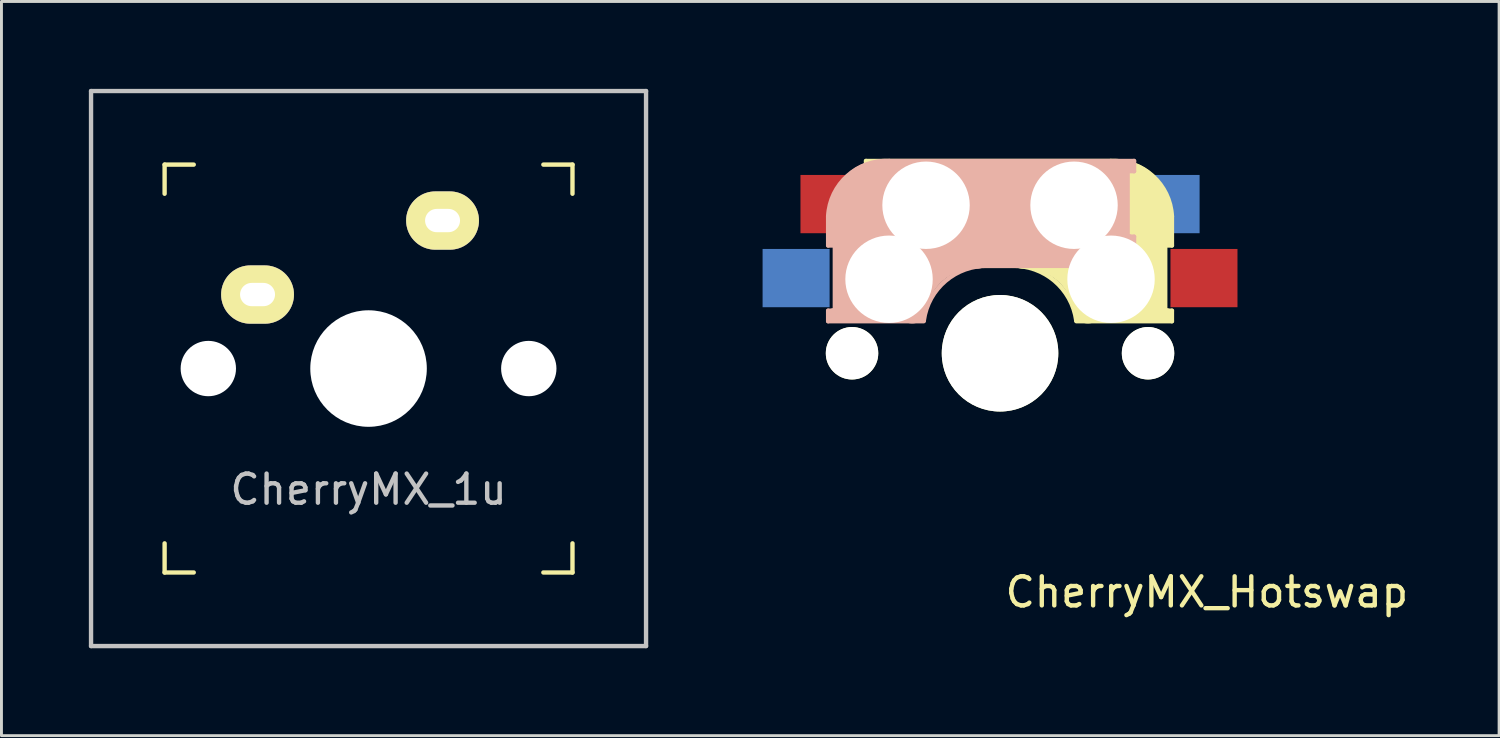
<source format=kicad_pcb>
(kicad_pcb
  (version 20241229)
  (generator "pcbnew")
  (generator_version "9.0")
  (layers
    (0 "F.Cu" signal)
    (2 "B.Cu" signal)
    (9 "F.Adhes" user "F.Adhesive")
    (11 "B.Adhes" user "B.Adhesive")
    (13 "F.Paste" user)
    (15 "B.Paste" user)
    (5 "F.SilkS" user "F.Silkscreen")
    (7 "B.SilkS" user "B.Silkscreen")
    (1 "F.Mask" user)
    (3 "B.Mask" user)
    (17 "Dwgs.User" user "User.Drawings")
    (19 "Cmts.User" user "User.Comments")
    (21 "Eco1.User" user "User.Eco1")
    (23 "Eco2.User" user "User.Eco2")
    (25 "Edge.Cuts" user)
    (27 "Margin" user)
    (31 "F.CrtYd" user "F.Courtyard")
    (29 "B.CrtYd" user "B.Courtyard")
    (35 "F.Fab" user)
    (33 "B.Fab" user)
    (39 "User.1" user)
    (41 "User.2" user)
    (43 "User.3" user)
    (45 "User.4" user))
  (footprint "CherryMX_1u"
    (layer "F.Cu")
    (at 9.6 9.6)
    (property "Reference" "CherryMX_1u" (at 0 4.15 0) (layer "Dwgs.User") (effects (font (size 1 1) (thickness 0.15))))
    (attr through_hole)
    (fp_line (start -7 -7) (end -6 -7) (stroke (width 0.15) (type solid)) (layer "F.SilkS"))
    (fp_line (start -7 -6) (end -7 -7) (stroke (width 0.15) (type solid)) (layer "F.SilkS"))
    (fp_line (start -7 6) (end -7 7) (stroke (width 0.15) (type solid)) (layer "F.SilkS"))
    (fp_line (start -6 7) (end -7 7) (stroke (width 0.15) (type solid)) (layer "F.SilkS"))
    (fp_line (start 6 7) (end 7 7) (stroke (width 0.15) (type solid)) (layer "F.SilkS"))
    (fp_line (start 7 -7) (end 6 -7) (stroke (width 0.15) (type solid)) (layer "F.SilkS"))
    (fp_line (start 7 -6) (end 7 -7) (stroke (width 0.15) (type solid)) (layer "F.SilkS"))
    (fp_line (start 7 7) (end 7 6) (stroke (width 0.15) (type solid)) (layer "F.SilkS"))
    (fp_line (start -9.525 -9.525) (end 9.525 -9.525) (stroke (width 0.15) (type solid)) (layer "Dwgs.User"))
    (fp_line (start -9.525 9.525) (end -9.525 -9.525) (stroke (width 0.15) (type solid)) (layer "Dwgs.User"))
    (fp_line (start 9.525 -9.525) (end 9.525 9.525) (stroke (width 0.15) (type solid)) (layer "Dwgs.User"))
    (fp_line (start 9.525 9.525) (end -9.525 9.525) (stroke (width 0.15) (type solid)) (layer "Dwgs.User"))
    (pad "" np_thru_hole circle (at -5.5 0 90) (size 1.9 1.9) (drill 1.9) (layers "*.Cu" "*.Mask"))
    (pad "" np_thru_hole circle (at 0 0 90) (size 4 4) (drill 4) (layers "*.Cu" "*.Mask"))
    (pad "" np_thru_hole circle (at 5.5 0 90) (size 1.9 1.9) (drill 1.9) (layers "*.Cu" "*.Mask"))
    (pad "1" thru_hole oval (at -3.81 -2.54) (size 2.5 2) (drill oval 1.2 0.8) (layers "*.Cu" "B.Mask" "F.SilkS"))
    (pad "2" thru_hole oval (at 2.54 -5.08) (size 2.5 2) (drill oval 1.2 0.8) (layers "*.Cu" "B.Mask" "F.SilkS")))
  (footprint "CherryMX_Hotswap"
    (layer "F.Cu")
    (at 31.275 9.075)
    (property "Reference" "CherryMX_Hotswap" (at 7.1 8.2 0) (layer "F.SilkS") (effects (font (size 1 1) (thickness 0.15))))
    (attr through_hole)
    (fp_line (start -4.6 -6.6) (end 3.8 -6.6) (stroke (width 0.15) (type solid)) (layer "F.SilkS"))
    (fp_line (start -4.6 -6.25) (end -4.6 -6.6) (stroke (width 0.15) (type solid)) (layer "F.SilkS"))
    (fp_line (start -4.6 -4) (end -4.4 -4) (stroke (width 0.15) (type solid)) (layer "F.SilkS"))
    (fp_line (start -4.6 -3) (end -4.6 -4) (stroke (width 0.15) (type solid)) (layer "F.SilkS"))
    (fp_line (start -4.4 -6.4) (end -3 -6.4) (stroke (width 0.4) (type solid)) (layer "F.SilkS"))
    (fp_line (start -4.4 -6.25) (end -4.6 -6.25) (stroke (width 0.15) (type solid)) (layer "F.SilkS"))
    (fp_line (start -4.4 -3.9) (end -4.4 -3.2) (stroke (width 0.4) (type solid)) (layer "F.SilkS"))
    (fp_line (start -4.38 -4) (end -4.38 -6.25) (stroke (width 0.15) (type solid)) (layer "F.SilkS"))
    (fp_line (start -4.3 -3.3) (end -2.9 -3.3) (stroke (width 0.5) (type solid)) (layer "F.SilkS"))
    (fp_line (start -3.9 -6) (end -3.9 -3.5) (stroke (width 1) (type solid)) (layer "F.SilkS"))
    (fp_line (start -2.6 -4.8) (end 4.1 -4.8) (stroke (width 3.5) (type solid)) (layer "F.SilkS"))
    (fp_line (start 0.4 -3) (end -4.6 -3) (stroke (width 0.15) (type solid)) (layer "F.SilkS"))
    (fp_line (start 4.17 -5.1) (end 4.17 -2.86) (stroke (width 3) (type solid)) (layer "F.SilkS"))
    (fp_line (start 5.3 -1.6) (end 5.3 -3.4) (stroke (width 0.8) (type solid)) (layer "F.SilkS"))
    (fp_line (start 5.67 -3.7) (end 5.67 -1.46) (stroke (width 0.15) (type solid)) (layer "F.SilkS"))
    (fp_line (start 5.7 -1.46) (end 5.9 -1.46) (stroke (width 0.15) (type solid)) (layer "F.SilkS"))
    (fp_line (start 5.7 -1.3) (end 3 -1.3) (stroke (width 0.5) (type solid)) (layer "F.SilkS"))
    (fp_line (start 5.8 -3.8) (end 5.8 -4.7) (stroke (width 0.3) (type solid)) (layer "F.SilkS"))
    (fp_line (start 5.9 -4.7) (end 5.9 -3.7) (stroke (width 0.15) (type solid)) (layer "F.SilkS"))
    (fp_line (start 5.9 -3.7) (end 5.7 -3.7) (stroke (width 0.15) (type solid)) (layer "F.SilkS"))
    (fp_line (start 5.9 -1.1) (end 2.62 -1.1) (stroke (width 0.15) (type solid)) (layer "F.SilkS"))
    (fp_line (start 5.9 -1.1) (end 5.9 -1.46) (stroke (width 0.15) (type solid)) (layer "F.SilkS"))
    (fp_arc (start 0.4 -3) (mid 1.868709 -2.486118) (end 2.616318 -1.121471) (stroke (width 0.15) (type solid)) (layer "F.SilkS"))
    (fp_arc (start 0.8 -3.4) (mid 2.268709 -2.886118) (end 3.016318 -1.521471) (stroke (width 1) (type solid)) (layer "F.SilkS"))
    (fp_arc (start 3.8 -6.6) (mid 5.243503 -6.084924) (end 5.9 -4.7) (stroke (width 0.15) (type solid)) (layer "F.SilkS"))
    (fp_line (start -5.9 -4.7) (end -5.9 -3.7) (stroke (width 0.15) (type solid)) (layer "B.SilkS"))
    (fp_line (start -5.9 -3.7) (end -5.7 -3.7) (stroke (width 0.15) (type solid)) (layer "B.SilkS"))
    (fp_line (start -5.9 -1.1) (end -5.9 -1.46) (stroke (width 0.15) (type solid)) (layer "B.SilkS"))
    (fp_line (start -5.9 -1.1) (end -2.62 -1.1) (stroke (width 0.15) (type solid)) (layer "B.SilkS"))
    (fp_line (start -5.8 -3.8) (end -5.8 -4.7) (stroke (width 0.3) (type solid)) (layer "B.SilkS"))
    (fp_line (start -5.7 -1.46) (end -5.9 -1.46) (stroke (width 0.15) (type solid)) (layer "B.SilkS"))
    (fp_line (start -5.7 -1.3) (end -3 -1.3) (stroke (width 0.5) (type solid)) (layer "B.SilkS"))
    (fp_line (start -5.67 -3.7) (end -5.67 -1.46) (stroke (width 0.15) (type solid)) (layer "B.SilkS"))
    (fp_line (start -5.3 -1.6) (end -5.3 -3.4) (stroke (width 0.8) (type solid)) (layer "B.SilkS"))
    (fp_line (start -4.17 -5.1) (end -4.17 -2.86) (stroke (width 3) (type solid)) (layer "B.SilkS"))
    (fp_line (start -0.4 -3) (end 4.6 -3) (stroke (width 0.15) (type solid)) (layer "B.SilkS"))
    (fp_line (start 2.6 -4.8) (end -4.1 -4.8) (stroke (width 3.5) (type solid)) (layer "B.SilkS"))
    (fp_line (start 3.9 -6) (end 3.9 -3.5) (stroke (width 1) (type solid)) (layer "B.SilkS"))
    (fp_line (start 4.3 -3.3) (end 2.9 -3.3) (stroke (width 0.5) (type solid)) (layer "B.SilkS"))
    (fp_line (start 4.38 -4) (end 4.38 -6.25) (stroke (width 0.15) (type solid)) (layer "B.SilkS"))
    (fp_line (start 4.4 -6.4) (end 3 -6.4) (stroke (width 0.4) (type solid)) (layer "B.SilkS"))
    (fp_line (start 4.4 -6.25) (end 4.6 -6.25) (stroke (width 0.15) (type solid)) (layer "B.SilkS"))
    (fp_line (start 4.4 -3.9) (end 4.4 -3.2) (stroke (width 0.4) (type solid)) (layer "B.SilkS"))
    (fp_line (start 4.6 -6.6) (end -3.8 -6.6) (stroke (width 0.15) (type solid)) (layer "B.SilkS"))
    (fp_line (start 4.6 -6.25) (end 4.6 -6.6) (stroke (width 0.15) (type solid)) (layer "B.SilkS"))
    (fp_line (start 4.6 -4) (end 4.4 -4) (stroke (width 0.15) (type solid)) (layer "B.SilkS"))
    (fp_line (start 4.6 -3) (end 4.6 -4) (stroke (width 0.15) (type solid)) (layer "B.SilkS"))
    (fp_arc (start -5.9 -4.7) (mid -5.243503 -6.084924) (end -3.8 -6.6) (stroke (width 0.15) (type solid)) (layer "B.SilkS"))
    (fp_arc (start -3.016318 -1.521471) (mid -2.268709 -2.886118) (end -0.8 -3.4) (stroke (width 1) (type solid)) (layer "B.SilkS"))
    (fp_arc (start -2.616318 -1.121471) (mid -1.868709 -2.486118) (end -0.4 -3) (stroke (width 0.15) (type solid)) (layer "B.SilkS"))
    (fp_line (start -9 -9) (end 9 -9) (stroke (width 0.15) (type solid)) (layer "Eco2.User"))
    (fp_line (start -9 9) (end -9 -9) (stroke (width 0.15) (type solid)) (layer "Eco2.User"))
    (fp_line (start -7 -7) (end 7 -7) (stroke (width 0.15) (type solid)) (layer "Eco2.User"))
    (fp_line (start -7 7) (end -7 -7) (stroke (width 0.15) (type solid)) (layer "Eco2.User"))
    (fp_line (start 7 -7) (end 7 7) (stroke (width 0.15) (type solid)) (layer "Eco2.User"))
    (fp_line (start 7 7.1) (end -7 7.1) (stroke (width 0.15) (type solid)) (layer "Eco2.User"))
    (fp_line (start 9 -9) (end 9 9) (stroke (width 0.15) (type solid)) (layer "Eco2.User"))
    (fp_line (start 9 9) (end -9 9) (stroke (width 0.15) (type solid)) (layer "Eco2.User"))
    (pad "" np_thru_hole circle (at -5.08 0) (size 1.8 1.8) (drill 1.8) (layers "*.Cu" "*.Mask" "F.SilkS"))
    (pad "" np_thru_hole circle (at -3.81 -2.54 180) (size 3 3) (drill 3) (layers "*.Cu" "*.Mask"))
    (pad "" np_thru_hole circle (at -2.54 -5.08 180) (size 3 3) (drill 3) (layers "*.Cu" "*.Mask"))
    (pad "" np_thru_hole circle (at 0 0 90) (size 4 4) (drill 4) (layers "*.Cu" "*.Mask" "F.SilkS"))
    (pad "" np_thru_hole circle (at 2.54 -5.08 180) (size 3 3) (drill 3) (layers "*.Cu" "*.Mask"))
    (pad "" np_thru_hole circle (at 3.81 -2.54 180) (size 3 3) (drill 3) (layers "*.Cu" "*.Mask"))
    (pad "" np_thru_hole circle (at 5.08 0) (size 1.8 1.8) (drill 1.8) (layers "*.Cu" "*.Mask" "F.SilkS"))
    (pad "1" smd rect (at -7 -2.58 180) (size 2.3 2) (layers "B.Cu" "B.Mask" "B.Paste"))
    (pad "1" smd rect (at 7 -2.58 180) (size 2.3 2) (layers "F.Cu" "F.Mask" "F.Paste"))
    (pad "2" smd rect (at -5.7 -5.12 180) (size 2.3 2) (layers "F.Cu" "F.Mask" "F.Paste"))
    (pad "2" smd rect (at 5.7 -5.12 180) (size 2.3 2) (layers "B.Cu" "B.Mask" "B.Paste")))
  (gr_rect
    (start -3 -3)
    (end 48.405 22.2)
    (stroke (width 0.1) (type default))
    (fill no)
    (layer "Edge.Cuts")))
</source>
